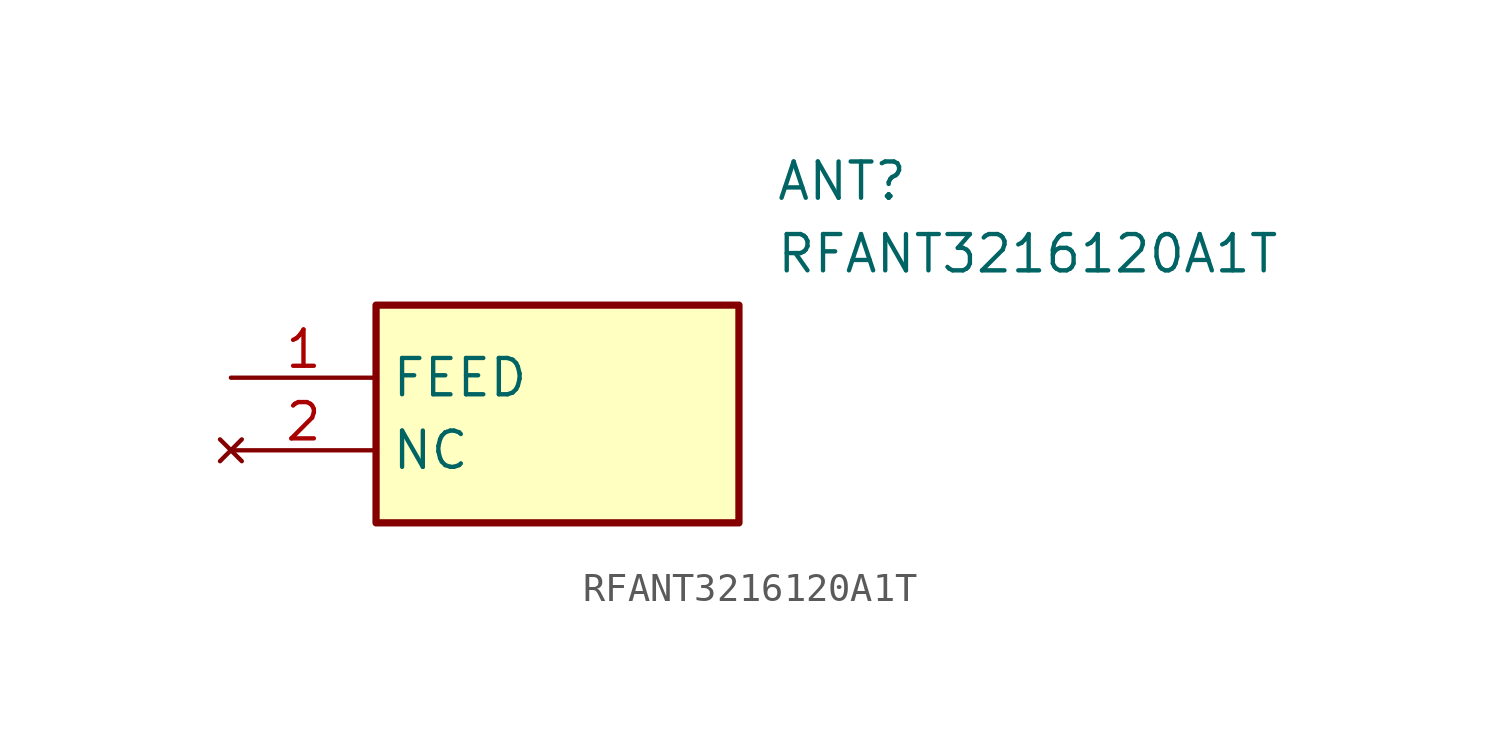
<source format=kicad_sym>
(kicad_symbol_lib
  (version 20211014)
  (generator SamacSys_ECAD_Model)
  (symbol "RFANT3216120A1T"
    (property "Reference" "ANT"
      (at 19.05 7.62 0)
      (effects (font (size 1.27 1.27)) (justify left top)))
    (property "Value" "RFANT3216120A1T"
      (at 19.05 5.08 0)
      (effects (font (size 1.27 1.27)) (justify left top)))
    (rectangle
      (start 5.08 2.54)
      (end 17.78 -5.08)
      (stroke (width 0.254) (type default))
      (fill (type background)))
    (pin input line
      (at 0 0 0)
      (length 5.08)
      (name "FEED" (effects (font (size 1.27 1.27))))
      (number "1" (effects (font (size 1.27 1.27)))))
    (pin no_connect line
      (at 0 -2.54 0)
      (length 5.08)
      (name "NC" (effects (font (size 1.27 1.27))))
      (number "2" (effects (font (size 1.27 1.27)))))))
</source>
